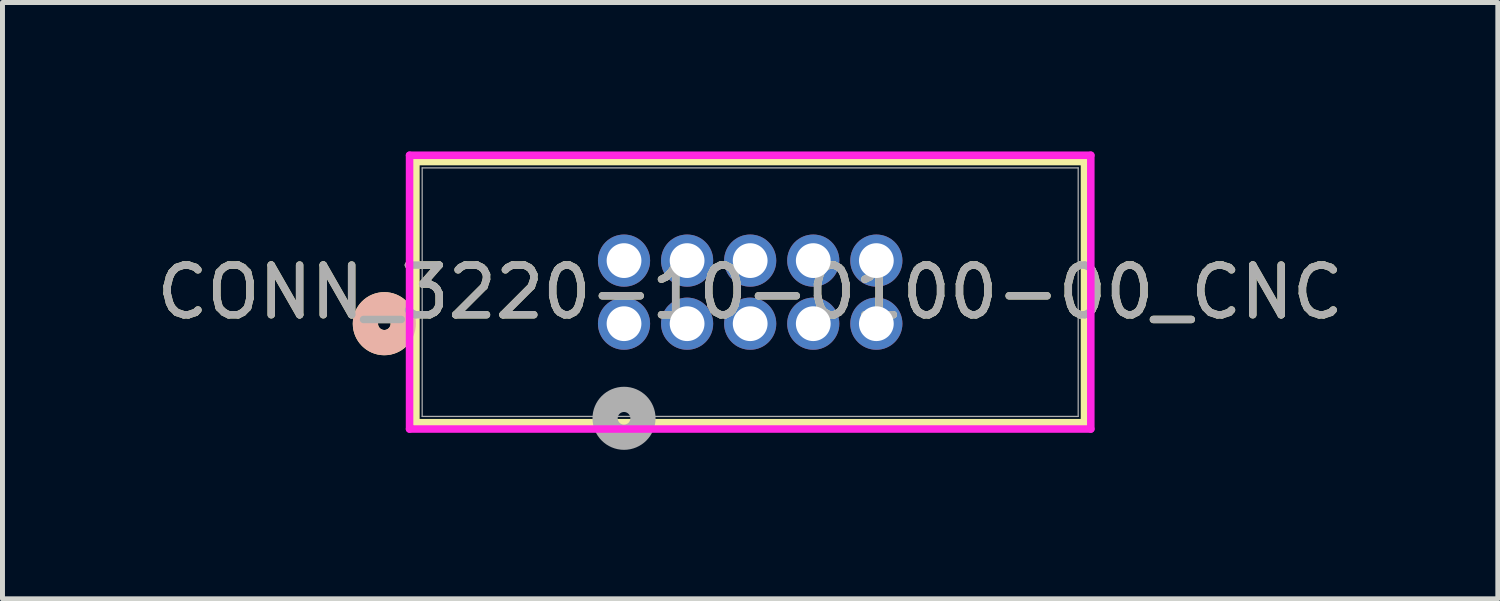
<source format=kicad_pcb>
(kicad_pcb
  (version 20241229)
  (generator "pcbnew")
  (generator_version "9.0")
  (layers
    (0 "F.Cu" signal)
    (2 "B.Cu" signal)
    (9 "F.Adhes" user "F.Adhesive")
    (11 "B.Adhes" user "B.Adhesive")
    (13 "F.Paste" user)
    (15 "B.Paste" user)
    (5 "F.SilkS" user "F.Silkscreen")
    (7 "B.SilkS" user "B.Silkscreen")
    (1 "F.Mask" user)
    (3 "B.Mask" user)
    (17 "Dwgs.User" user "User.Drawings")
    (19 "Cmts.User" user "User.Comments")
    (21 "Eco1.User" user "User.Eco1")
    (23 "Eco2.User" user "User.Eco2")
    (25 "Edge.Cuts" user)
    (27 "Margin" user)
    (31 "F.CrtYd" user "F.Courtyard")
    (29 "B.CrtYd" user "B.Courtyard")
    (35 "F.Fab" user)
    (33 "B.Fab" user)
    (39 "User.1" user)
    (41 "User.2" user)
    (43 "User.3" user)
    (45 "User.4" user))
  (footprint "CONN_3220-10-0100-00_CNC"
    (layer "F.Cu")
    (at 9.514 3.467)
    (property "Reference" "CONN_3220-10-0100-00_CNC" (at 2.54 -0.635 0) (unlocked yes) (layer "F.SilkS") (effects (font (size 1 1) (thickness 0.15))))
    (attr through_hole)
    (fp_line (start -4.191 -3.264) (end -4.191 1.994) (stroke (width 0.152) (type solid)) (layer "F.SilkS"))
    (fp_line (start -4.191 1.994) (end 9.271 1.994) (stroke (width 0.152) (type solid)) (layer "F.SilkS"))
    (fp_line (start 9.271 -3.264) (end -4.191 -3.264) (stroke (width 0.152) (type solid)) (layer "F.SilkS"))
    (fp_line (start 9.271 1.994) (end 9.271 -3.264) (stroke (width 0.152) (type solid)) (layer "F.SilkS"))
    (fp_circle (center -4.826 0) (end -4.445 0) (stroke (width 0.508) (type solid)) (fill no) (layer "F.SilkS"))
    (fp_circle (center -4.826 0) (end -4.445 0) (stroke (width 0.508) (type solid)) (fill no) (layer "B.SilkS"))
    (fp_line (start -4.318 -3.391) (end -4.318 2.121) (stroke (width 0.152) (type solid)) (layer "F.CrtYd"))
    (fp_line (start -4.318 2.121) (end 9.398 2.121) (stroke (width 0.152) (type solid)) (layer "F.CrtYd"))
    (fp_line (start 9.398 -3.391) (end -4.318 -3.391) (stroke (width 0.152) (type solid)) (layer "F.CrtYd"))
    (fp_line (start 9.398 2.121) (end 9.398 -3.391) (stroke (width 0.152) (type solid)) (layer "F.CrtYd"))
    (fp_line (start -4.064 -3.137) (end -4.064 1.867) (stroke (width 0.025) (type solid)) (layer "F.Fab"))
    (fp_line (start -4.064 1.867) (end 9.144 1.867) (stroke (width 0.025) (type solid)) (layer "F.Fab"))
    (fp_line (start 9.144 -3.137) (end -4.064 -3.137) (stroke (width 0.025) (type solid)) (layer "F.Fab"))
    (fp_line (start 9.144 1.867) (end 9.144 -3.137) (stroke (width 0.025) (type solid)) (layer "F.Fab"))
    (fp_circle (center 0 1.905) (end 0.381 1.905) (stroke (width 0.508) (type solid)) (fill no) (layer "F.Fab"))
    (fp_text user "${REFERENCE}" (at 2.54 -0.635 0) (unlocked yes) (layer "F.Fab") (effects (font (size 1 1) (thickness 0.15))))
    (pad "1" thru_hole circle (at 0 0) (size 1.05 1.05) (drill 0.7) (layers "*.Cu" "*.Mask"))
    (pad "2" thru_hole circle (at 0 -1.27) (size 1.05 1.05) (drill 0.7) (layers "*.Cu" "*.Mask"))
    (pad "3" thru_hole circle (at 1.27 0) (size 1.05 1.05) (drill 0.7) (layers "*.Cu" "*.Mask"))
    (pad "4" thru_hole circle (at 1.27 -1.27) (size 1.05 1.05) (drill 0.7) (layers "*.Cu" "*.Mask"))
    (pad "5" thru_hole circle (at 2.54 0) (size 1.05 1.05) (drill 0.7) (layers "*.Cu" "*.Mask"))
    (pad "6" thru_hole circle (at 2.54 -1.27) (size 1.05 1.05) (drill 0.7) (layers "*.Cu" "*.Mask"))
    (pad "7" thru_hole circle (at 3.81 0) (size 1.05 1.05) (drill 0.7) (layers "*.Cu" "*.Mask"))
    (pad "8" thru_hole circle (at 3.81 -1.27) (size 1.05 1.05) (drill 0.7) (layers "*.Cu" "*.Mask"))
    (pad "9" thru_hole circle (at 5.08 0) (size 1.05 1.05) (drill 0.7) (layers "*.Cu" "*.Mask"))
    (pad "10" thru_hole circle (at 5.08 -1.27) (size 1.05 1.05) (drill 0.7) (layers "*.Cu" "*.Mask")))
  (gr_rect
    (start -3 -3)
    (end 27.107 9.007)
    (stroke (width 0.1) (type default))
    (fill no)
    (layer "Edge.Cuts")))
</source>
